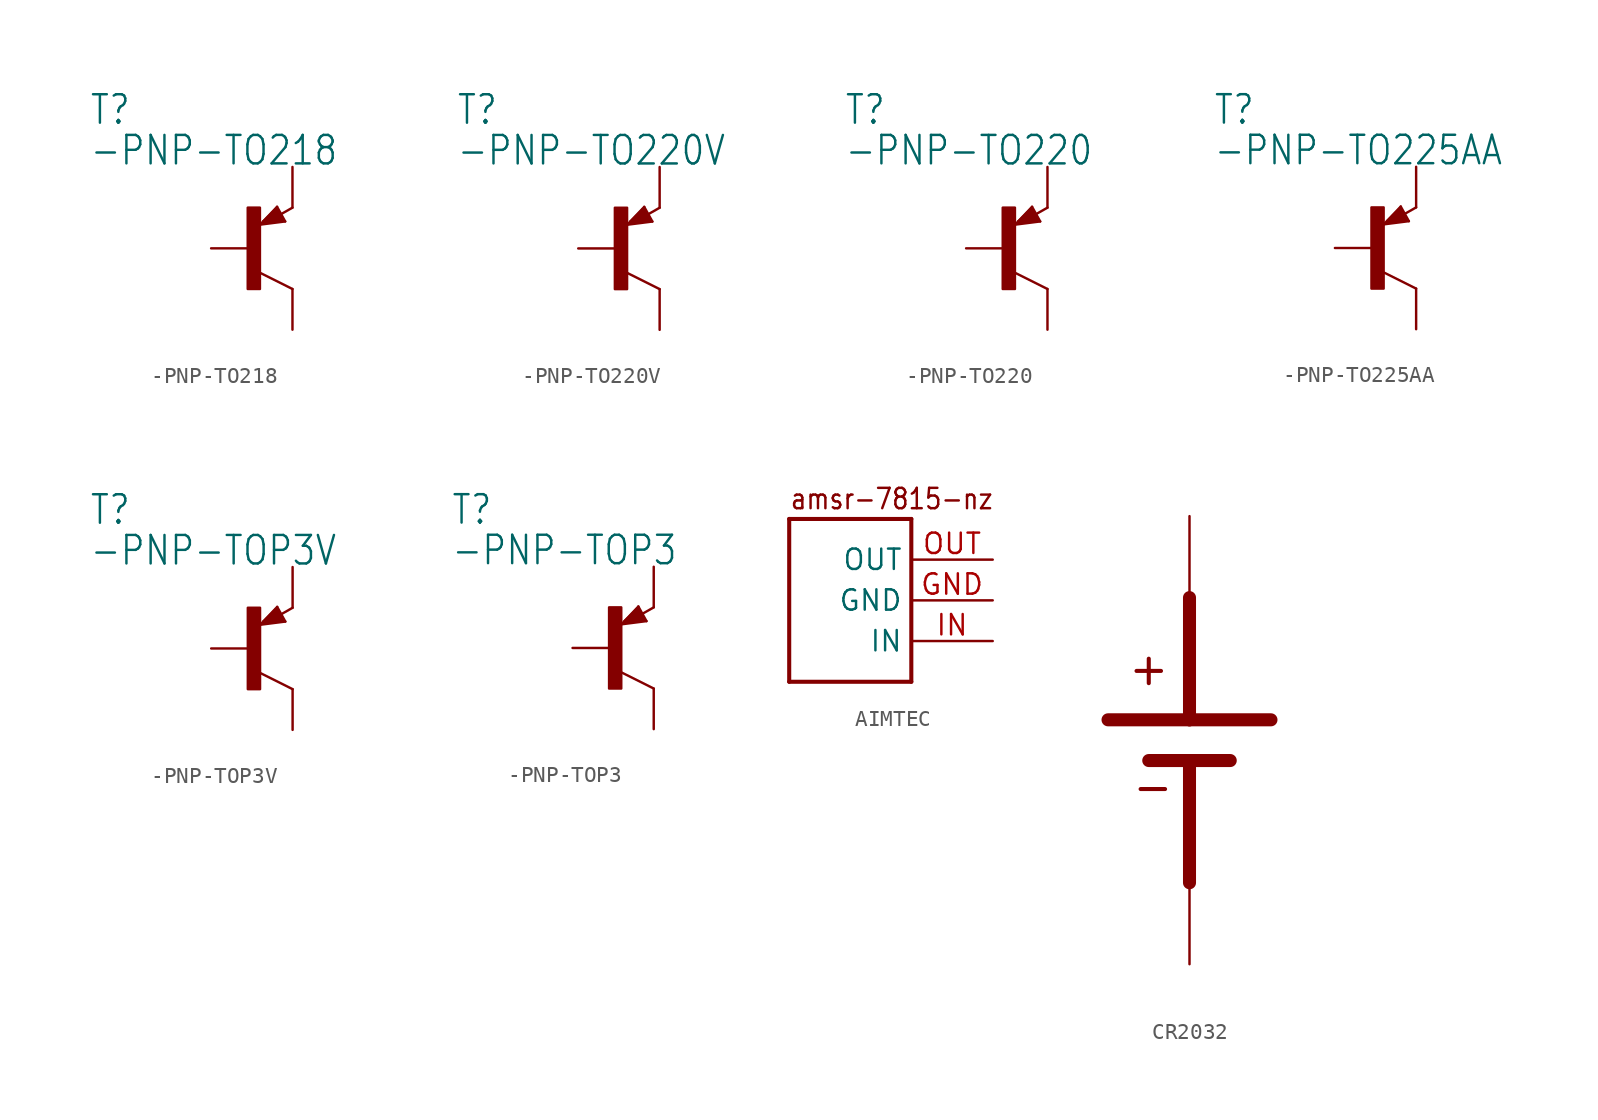
<source format=kicad_sym>
(kicad_symbol_lib
  (version 20211014)
  (generator kicad_symbol_editor)
  (symbol "-PNP-TO218"
    (property "Reference" "T"
      (at -10.16 7.62 0)
      (effects (font (size 1.778 1.511)) (justify left bottom)))
    (property "Value" "-PNP-TO218"
      (at -10.16 5.08 0)
      (effects (font (size 1.778 1.511)) (justify left bottom)))
    (property "ki_locked" ""
      (at 0 0 0)
      (effects (font (size 1.27 1.27))))
    (symbol "-PNP-TO218_1_0"
      (rectangle (start -0.254 -2.54) (end 0.508 2.54) (stroke (width 0) (type default) (color 0 0 0 0)) (fill (type outline)))
      (polyline (pts (xy 0.516 1.478) (xy 2.086 1.678)) (stroke (width 0.152) (type default) (color 0 0 0 0)) (fill (type none)))
      (polyline (pts (xy 0.762 1.651) (xy 1.778 1.778)) (stroke (width 0.254) (type default) (color 0 0 0 0)) (fill (type none)))
      (polyline (pts (xy 1.143 1.905) (xy 1.524 1.905)) (stroke (width 0.254) (type default) (color 0 0 0 0)) (fill (type none)))
      (polyline (pts (xy 1.524 2.159) (xy 1.143 1.905)) (stroke (width 0.254) (type default) (color 0 0 0 0)) (fill (type none)))
      (polyline (pts (xy 1.524 2.413) (xy 0.762 1.651)) (stroke (width 0.254) (type default) (color 0 0 0 0)) (fill (type none)))
      (polyline (pts (xy 1.578 2.594) (xy 0.516 1.478)) (stroke (width 0.152) (type default) (color 0 0 0 0)) (fill (type none)))
      (polyline (pts (xy 1.778 1.778) (xy 1.524 2.159)) (stroke (width 0.254) (type default) (color 0 0 0 0)) (fill (type none)))
      (polyline (pts (xy 1.905 1.778) (xy 1.524 2.413)) (stroke (width 0.254) (type default) (color 0 0 0 0)) (fill (type none)))
      (polyline (pts (xy 2.086 1.678) (xy 1.578 2.594)) (stroke (width 0.152) (type default) (color 0 0 0 0)) (fill (type none)))
      (polyline (pts (xy 2.54 -2.54) (xy 0.508 -1.524)) (stroke (width 0.152) (type default) (color 0 0 0 0)) (fill (type none)))
      (polyline (pts (xy 2.54 2.54) (xy 1.808 2.124)) (stroke (width 0.152) (type default) (color 0 0 0 0)) (fill (type none)))
      (pin passive line (at -2.54 0 0) (length 2.54) (name "B" (effects (font (size 0 0)))) (number "1" (effects (font (size 0 0)))))
      (pin passive line (at 2.54 -5.08 90) (length 2.54) (name "C" (effects (font (size 0 0)))) (number "2" (effects (font (size 0 0)))))
      (pin passive line (at 2.54 5.08 270) (length 2.54) (name "E" (effects (font (size 0 0)))) (number "3" (effects (font (size 0 0)))))))
  (symbol "-PNP-TO220V"
    (property "Reference" "T"
      (at -10.16 7.62 0)
      (effects (font (size 1.778 1.511)) (justify left bottom)))
    (property "Value" "-PNP-TO220V"
      (at -10.16 5.08 0)
      (effects (font (size 1.778 1.511)) (justify left bottom)))
    (property "ki_locked" ""
      (at 0 0 0)
      (effects (font (size 1.27 1.27))))
    (symbol "-PNP-TO220V_1_0"
      (rectangle (start -0.254 -2.54) (end 0.508 2.54) (stroke (width 0) (type default) (color 0 0 0 0)) (fill (type outline)))
      (polyline (pts (xy 0.516 1.478) (xy 2.086 1.678)) (stroke (width 0.152) (type default) (color 0 0 0 0)) (fill (type none)))
      (polyline (pts (xy 0.762 1.651) (xy 1.778 1.778)) (stroke (width 0.254) (type default) (color 0 0 0 0)) (fill (type none)))
      (polyline (pts (xy 1.143 1.905) (xy 1.524 1.905)) (stroke (width 0.254) (type default) (color 0 0 0 0)) (fill (type none)))
      (polyline (pts (xy 1.524 2.159) (xy 1.143 1.905)) (stroke (width 0.254) (type default) (color 0 0 0 0)) (fill (type none)))
      (polyline (pts (xy 1.524 2.413) (xy 0.762 1.651)) (stroke (width 0.254) (type default) (color 0 0 0 0)) (fill (type none)))
      (polyline (pts (xy 1.578 2.594) (xy 0.516 1.478)) (stroke (width 0.152) (type default) (color 0 0 0 0)) (fill (type none)))
      (polyline (pts (xy 1.778 1.778) (xy 1.524 2.159)) (stroke (width 0.254) (type default) (color 0 0 0 0)) (fill (type none)))
      (polyline (pts (xy 1.905 1.778) (xy 1.524 2.413)) (stroke (width 0.254) (type default) (color 0 0 0 0)) (fill (type none)))
      (polyline (pts (xy 2.086 1.678) (xy 1.578 2.594)) (stroke (width 0.152) (type default) (color 0 0 0 0)) (fill (type none)))
      (polyline (pts (xy 2.54 -2.54) (xy 0.508 -1.524)) (stroke (width 0.152) (type default) (color 0 0 0 0)) (fill (type none)))
      (polyline (pts (xy 2.54 2.54) (xy 1.808 2.124)) (stroke (width 0.152) (type default) (color 0 0 0 0)) (fill (type none)))
      (pin passive line (at -2.54 0 0) (length 2.54) (name "B" (effects (font (size 0 0)))) (number "1" (effects (font (size 0 0)))))
      (pin passive line (at 2.54 -5.08 90) (length 2.54) (name "C" (effects (font (size 0 0)))) (number "2" (effects (font (size 0 0)))))
      (pin passive line (at 2.54 5.08 270) (length 2.54) (name "E" (effects (font (size 0 0)))) (number "3" (effects (font (size 0 0)))))))
  (symbol "-PNP-TO220"
    (property "Reference" "T"
      (at -10.16 7.62 0)
      (effects (font (size 1.778 1.511)) (justify left bottom)))
    (property "Value" "-PNP-TO220"
      (at -10.16 5.08 0)
      (effects (font (size 1.778 1.511)) (justify left bottom)))
    (property "ki_locked" ""
      (at 0 0 0)
      (effects (font (size 1.27 1.27))))
    (symbol "-PNP-TO220_1_0"
      (rectangle (start -0.254 -2.54) (end 0.508 2.54) (stroke (width 0) (type default) (color 0 0 0 0)) (fill (type outline)))
      (polyline (pts (xy 0.516 1.478) (xy 2.086 1.678)) (stroke (width 0.152) (type default) (color 0 0 0 0)) (fill (type none)))
      (polyline (pts (xy 0.762 1.651) (xy 1.778 1.778)) (stroke (width 0.254) (type default) (color 0 0 0 0)) (fill (type none)))
      (polyline (pts (xy 1.143 1.905) (xy 1.524 1.905)) (stroke (width 0.254) (type default) (color 0 0 0 0)) (fill (type none)))
      (polyline (pts (xy 1.524 2.159) (xy 1.143 1.905)) (stroke (width 0.254) (type default) (color 0 0 0 0)) (fill (type none)))
      (polyline (pts (xy 1.524 2.413) (xy 0.762 1.651)) (stroke (width 0.254) (type default) (color 0 0 0 0)) (fill (type none)))
      (polyline (pts (xy 1.578 2.594) (xy 0.516 1.478)) (stroke (width 0.152) (type default) (color 0 0 0 0)) (fill (type none)))
      (polyline (pts (xy 1.778 1.778) (xy 1.524 2.159)) (stroke (width 0.254) (type default) (color 0 0 0 0)) (fill (type none)))
      (polyline (pts (xy 1.905 1.778) (xy 1.524 2.413)) (stroke (width 0.254) (type default) (color 0 0 0 0)) (fill (type none)))
      (polyline (pts (xy 2.086 1.678) (xy 1.578 2.594)) (stroke (width 0.152) (type default) (color 0 0 0 0)) (fill (type none)))
      (polyline (pts (xy 2.54 -2.54) (xy 0.508 -1.524)) (stroke (width 0.152) (type default) (color 0 0 0 0)) (fill (type none)))
      (polyline (pts (xy 2.54 2.54) (xy 1.808 2.124)) (stroke (width 0.152) (type default) (color 0 0 0 0)) (fill (type none)))
      (pin passive line (at -2.54 0 0) (length 2.54) (name "B" (effects (font (size 0 0)))) (number "1" (effects (font (size 0 0)))))
      (pin passive line (at 2.54 -5.08 90) (length 2.54) (name "C" (effects (font (size 0 0)))) (number "2" (effects (font (size 0 0)))))
      (pin passive line (at 2.54 5.08 270) (length 2.54) (name "E" (effects (font (size 0 0)))) (number "3" (effects (font (size 0 0)))))))
  (symbol "-PNP-TO225AA"
    (property "Reference" "T"
      (at -10.16 7.62 0)
      (effects (font (size 1.778 1.511)) (justify left bottom)))
    (property "Value" "-PNP-TO225AA"
      (at -10.16 5.08 0)
      (effects (font (size 1.778 1.511)) (justify left bottom)))
    (property "ki_locked" ""
      (at 0 0 0)
      (effects (font (size 1.27 1.27))))
    (symbol "-PNP-TO225AA_1_0"
      (rectangle (start -0.254 -2.54) (end 0.508 2.54) (stroke (width 0) (type default) (color 0 0 0 0)) (fill (type outline)))
      (polyline (pts (xy 0.516 1.478) (xy 2.086 1.678)) (stroke (width 0.152) (type default) (color 0 0 0 0)) (fill (type none)))
      (polyline (pts (xy 0.762 1.651) (xy 1.778 1.778)) (stroke (width 0.254) (type default) (color 0 0 0 0)) (fill (type none)))
      (polyline (pts (xy 1.143 1.905) (xy 1.524 1.905)) (stroke (width 0.254) (type default) (color 0 0 0 0)) (fill (type none)))
      (polyline (pts (xy 1.524 2.159) (xy 1.143 1.905)) (stroke (width 0.254) (type default) (color 0 0 0 0)) (fill (type none)))
      (polyline (pts (xy 1.524 2.413) (xy 0.762 1.651)) (stroke (width 0.254) (type default) (color 0 0 0 0)) (fill (type none)))
      (polyline (pts (xy 1.578 2.594) (xy 0.516 1.478)) (stroke (width 0.152) (type default) (color 0 0 0 0)) (fill (type none)))
      (polyline (pts (xy 1.778 1.778) (xy 1.524 2.159)) (stroke (width 0.254) (type default) (color 0 0 0 0)) (fill (type none)))
      (polyline (pts (xy 1.905 1.778) (xy 1.524 2.413)) (stroke (width 0.254) (type default) (color 0 0 0 0)) (fill (type none)))
      (polyline (pts (xy 2.086 1.678) (xy 1.578 2.594)) (stroke (width 0.152) (type default) (color 0 0 0 0)) (fill (type none)))
      (polyline (pts (xy 2.54 -2.54) (xy 0.508 -1.524)) (stroke (width 0.152) (type default) (color 0 0 0 0)) (fill (type none)))
      (polyline (pts (xy 2.54 2.54) (xy 1.808 2.124)) (stroke (width 0.152) (type default) (color 0 0 0 0)) (fill (type none)))
      (pin passive line (at -2.54 0 0) (length 2.54) (name "B" (effects (font (size 0 0)))) (number "1" (effects (font (size 0 0)))))
      (pin passive line (at 2.54 -5.08 90) (length 2.54) (name "C" (effects (font (size 0 0)))) (number "2" (effects (font (size 0 0)))))
      (pin passive line (at 2.54 5.08 270) (length 2.54) (name "E" (effects (font (size 0 0)))) (number "3" (effects (font (size 0 0)))))))
  (symbol "-PNP-TOP3V"
    (property "Reference" "T"
      (at -10.16 7.62 0)
      (effects (font (size 1.778 1.511)) (justify left bottom)))
    (property "Value" "-PNP-TOP3V"
      (at -10.16 5.08 0)
      (effects (font (size 1.778 1.511)) (justify left bottom)))
    (property "ki_locked" ""
      (at 0 0 0)
      (effects (font (size 1.27 1.27))))
    (symbol "-PNP-TOP3V_1_0"
      (rectangle (start -0.254 -2.54) (end 0.508 2.54) (stroke (width 0) (type default) (color 0 0 0 0)) (fill (type outline)))
      (polyline (pts (xy 0.516 1.478) (xy 2.086 1.678)) (stroke (width 0.152) (type default) (color 0 0 0 0)) (fill (type none)))
      (polyline (pts (xy 0.762 1.651) (xy 1.778 1.778)) (stroke (width 0.254) (type default) (color 0 0 0 0)) (fill (type none)))
      (polyline (pts (xy 1.143 1.905) (xy 1.524 1.905)) (stroke (width 0.254) (type default) (color 0 0 0 0)) (fill (type none)))
      (polyline (pts (xy 1.524 2.159) (xy 1.143 1.905)) (stroke (width 0.254) (type default) (color 0 0 0 0)) (fill (type none)))
      (polyline (pts (xy 1.524 2.413) (xy 0.762 1.651)) (stroke (width 0.254) (type default) (color 0 0 0 0)) (fill (type none)))
      (polyline (pts (xy 1.578 2.594) (xy 0.516 1.478)) (stroke (width 0.152) (type default) (color 0 0 0 0)) (fill (type none)))
      (polyline (pts (xy 1.778 1.778) (xy 1.524 2.159)) (stroke (width 0.254) (type default) (color 0 0 0 0)) (fill (type none)))
      (polyline (pts (xy 1.905 1.778) (xy 1.524 2.413)) (stroke (width 0.254) (type default) (color 0 0 0 0)) (fill (type none)))
      (polyline (pts (xy 2.086 1.678) (xy 1.578 2.594)) (stroke (width 0.152) (type default) (color 0 0 0 0)) (fill (type none)))
      (polyline (pts (xy 2.54 -2.54) (xy 0.508 -1.524)) (stroke (width 0.152) (type default) (color 0 0 0 0)) (fill (type none)))
      (polyline (pts (xy 2.54 2.54) (xy 1.808 2.124)) (stroke (width 0.152) (type default) (color 0 0 0 0)) (fill (type none)))
      (pin passive line (at -2.54 0 0) (length 2.54) (name "B" (effects (font (size 0 0)))) (number "B" (effects (font (size 0 0)))))
      (pin passive line (at 2.54 -5.08 90) (length 2.54) (name "C" (effects (font (size 0 0)))) (number "C" (effects (font (size 0 0)))))
      (pin passive line (at 2.54 5.08 270) (length 2.54) (name "E" (effects (font (size 0 0)))) (number "E" (effects (font (size 0 0)))))))
  (symbol "-PNP-TOP3"
    (property "Reference" "T"
      (at -10.16 7.62 0)
      (effects (font (size 1.778 1.511)) (justify left bottom)))
    (property "Value" "-PNP-TOP3"
      (at -10.16 5.08 0)
      (effects (font (size 1.778 1.511)) (justify left bottom)))
    (property "ki_locked" ""
      (at 0 0 0)
      (effects (font (size 1.27 1.27))))
    (symbol "-PNP-TOP3_1_0"
      (rectangle (start -0.254 -2.54) (end 0.508 2.54) (stroke (width 0) (type default) (color 0 0 0 0)) (fill (type outline)))
      (polyline (pts (xy 0.516 1.478) (xy 2.086 1.678)) (stroke (width 0.152) (type default) (color 0 0 0 0)) (fill (type none)))
      (polyline (pts (xy 0.762 1.651) (xy 1.778 1.778)) (stroke (width 0.254) (type default) (color 0 0 0 0)) (fill (type none)))
      (polyline (pts (xy 1.143 1.905) (xy 1.524 1.905)) (stroke (width 0.254) (type default) (color 0 0 0 0)) (fill (type none)))
      (polyline (pts (xy 1.524 2.159) (xy 1.143 1.905)) (stroke (width 0.254) (type default) (color 0 0 0 0)) (fill (type none)))
      (polyline (pts (xy 1.524 2.413) (xy 0.762 1.651)) (stroke (width 0.254) (type default) (color 0 0 0 0)) (fill (type none)))
      (polyline (pts (xy 1.578 2.594) (xy 0.516 1.478)) (stroke (width 0.152) (type default) (color 0 0 0 0)) (fill (type none)))
      (polyline (pts (xy 1.778 1.778) (xy 1.524 2.159)) (stroke (width 0.254) (type default) (color 0 0 0 0)) (fill (type none)))
      (polyline (pts (xy 1.905 1.778) (xy 1.524 2.413)) (stroke (width 0.254) (type default) (color 0 0 0 0)) (fill (type none)))
      (polyline (pts (xy 2.086 1.678) (xy 1.578 2.594)) (stroke (width 0.152) (type default) (color 0 0 0 0)) (fill (type none)))
      (polyline (pts (xy 2.54 -2.54) (xy 0.508 -1.524)) (stroke (width 0.152) (type default) (color 0 0 0 0)) (fill (type none)))
      (polyline (pts (xy 2.54 2.54) (xy 1.808 2.124)) (stroke (width 0.152) (type default) (color 0 0 0 0)) (fill (type none)))
      (pin passive line (at -2.54 0 0) (length 2.54) (name "B" (effects (font (size 0 0)))) (number "1" (effects (font (size 0 0)))))
      (pin passive line (at 2.54 -5.08 90) (length 2.54) (name "C" (effects (font (size 0 0)))) (number "2" (effects (font (size 0 0)))))
      (pin passive line (at 2.54 5.08 270) (length 2.54) (name "E" (effects (font (size 0 0)))) (number "3" (effects (font (size 0 0)))))))
  (symbol "AIMTEC"
    (property "Reference" ""
      (at 0 0 0)
      (effects (font (size 1.27 1.27)) hide))
    (property "ki_locked" ""
      (at 0 0 0)
      (effects (font (size 1.27 1.27))))
    (symbol "AIMTEC_1_0"
      (polyline (pts (xy -7.62 -5.08) (xy -7.62 5.08)) (stroke (width 0.254) (type default) (color 0 0 0 0)) (fill (type none)))
      (polyline (pts (xy -7.62 5.08) (xy 0 5.08)) (stroke (width 0.254) (type default) (color 0 0 0 0)) (fill (type none)))
      (polyline (pts (xy 0 -5.08) (xy -7.62 -5.08)) (stroke (width 0.254) (type default) (color 0 0 0 0)) (fill (type none)))
      (polyline (pts (xy 0 5.08) (xy 0 -5.08)) (stroke (width 0.254) (type default) (color 0 0 0 0)) (fill (type none)))
      (text "amsr-7815-nz" (at -7.62 5.588 0) (effects (font (size 1.27 1.079)) (justify left bottom)))
      (pin bidirectional line (at 5.08 0 180) (length 5.08) (name "GND" (effects (font (size 1.27 1.27)))) (number "GND" (effects (font (size 1.27 1.27)))))
      (pin bidirectional line (at 5.08 -2.54 180) (length 5.08) (name "IN" (effects (font (size 1.27 1.27)))) (number "IN" (effects (font (size 1.27 1.27)))))
      (pin bidirectional line (at 5.08 2.54 180) (length 5.08) (name "OUT" (effects (font (size 1.27 1.27)))) (number "OUT" (effects (font (size 1.27 1.27)))))))
  (symbol "CR2032"
    (property "Reference" ""
      (at 0 0 0)
      (effects (font (size 1.27 1.27)) hide))
    (property "ki_locked" ""
      (at 0 0 0)
      (effects (font (size 1.27 1.27))))
    (symbol "CR2032_1_0"
      (polyline (pts (xy -5.08 5.08) (xy 0 5.08)) (stroke (width 0.813) (type default) (color 0 0 0 0)) (fill (type none)))
      (polyline (pts (xy -3.302 8.128) (xy -1.778 8.128)) (stroke (width 0.254) (type default) (color 0 0 0 0)) (fill (type none)))
      (polyline (pts (xy -3.048 0.762) (xy -1.524 0.762)) (stroke (width 0.254) (type default) (color 0 0 0 0)) (fill (type none)))
      (polyline (pts (xy -2.54 2.54) (xy 0 2.54)) (stroke (width 0.813) (type default) (color 0 0 0 0)) (fill (type none)))
      (polyline (pts (xy -2.54 8.89) (xy -2.54 7.366)) (stroke (width 0.254) (type default) (color 0 0 0 0)) (fill (type none)))
      (polyline (pts (xy 0 2.54) (xy 0 -5.08)) (stroke (width 0.813) (type default) (color 0 0 0 0)) (fill (type none)))
      (polyline (pts (xy 0 2.54) (xy 2.54 2.54)) (stroke (width 0.813) (type default) (color 0 0 0 0)) (fill (type none)))
      (polyline (pts (xy 0 5.08) (xy 0 12.7)) (stroke (width 0.813) (type default) (color 0 0 0 0)) (fill (type none)))
      (polyline (pts (xy 0 5.08) (xy 5.08 5.08)) (stroke (width 0.813) (type default) (color 0 0 0 0)) (fill (type none)))
      (pin bidirectional line (at 0 -10.16 90) (length 5.08) (name "M" (effects (font (size 0 0)))) (number "M" (effects (font (size 0 0)))))
      (pin bidirectional line (at 0 17.78 270) (length 5.08) (name "P" (effects (font (size 0 0)))) (number "P" (effects (font (size 0 0))))))))
</source>
